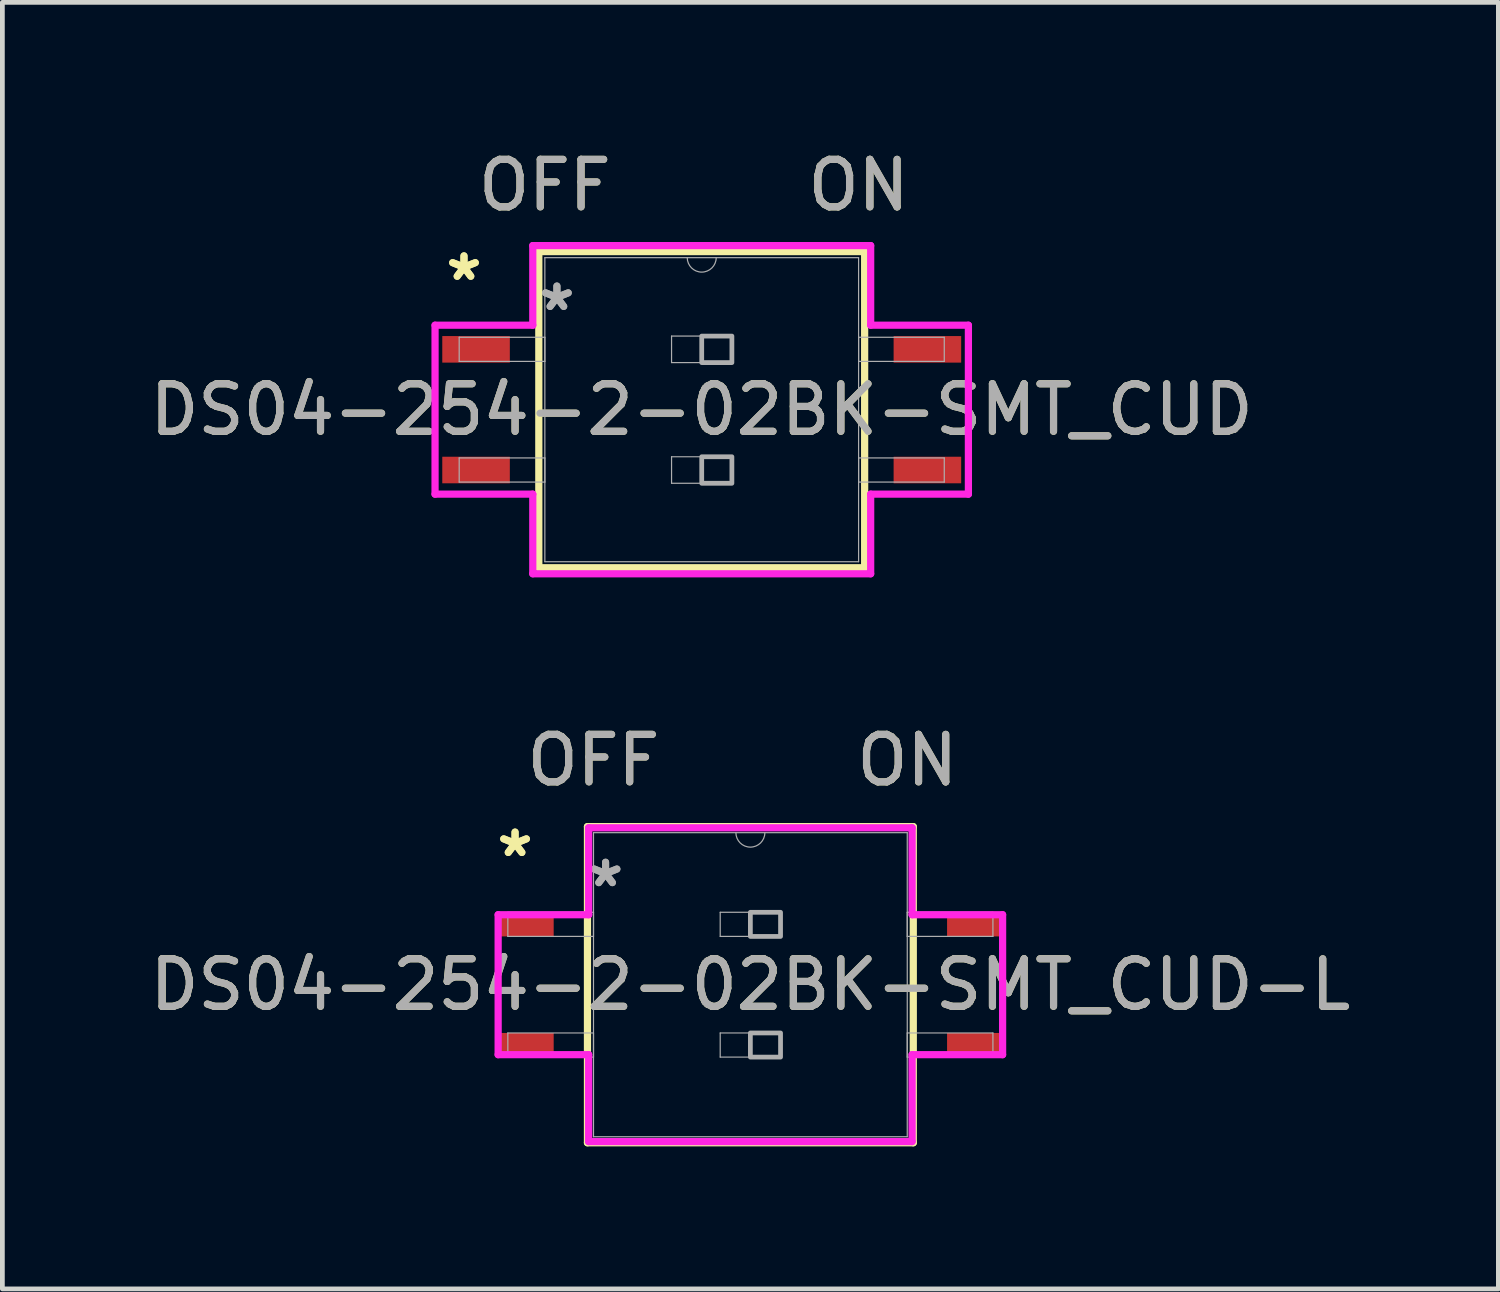
<source format=kicad_pcb>
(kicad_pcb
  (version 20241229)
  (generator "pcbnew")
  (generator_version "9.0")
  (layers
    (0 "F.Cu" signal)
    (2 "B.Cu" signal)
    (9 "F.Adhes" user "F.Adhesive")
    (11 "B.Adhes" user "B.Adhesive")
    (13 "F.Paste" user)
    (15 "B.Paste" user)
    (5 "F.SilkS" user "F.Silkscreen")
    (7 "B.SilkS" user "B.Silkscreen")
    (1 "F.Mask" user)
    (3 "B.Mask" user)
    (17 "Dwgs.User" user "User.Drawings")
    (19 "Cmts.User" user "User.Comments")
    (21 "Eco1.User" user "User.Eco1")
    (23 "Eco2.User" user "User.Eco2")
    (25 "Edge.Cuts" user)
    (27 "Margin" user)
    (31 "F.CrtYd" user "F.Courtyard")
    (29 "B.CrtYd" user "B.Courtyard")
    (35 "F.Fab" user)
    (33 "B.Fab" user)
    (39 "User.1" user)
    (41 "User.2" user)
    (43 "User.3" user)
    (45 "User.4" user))
  (footprint "DS04-254-2-02BK-SMT_CUD"
    (layer "F.Cu")
    (at 11.72 5.573)
    (property "Reference" "DS04-254-2-02BK-SMT_CUD" (at 0 0 0) (unlocked yes) (layer "F.SilkS") (effects (font (size 1 1) (thickness 0.15))))
    (attr smd)
    (fp_line (start -3.429 -3.327) (end -3.429 3.327) (stroke (width 0.152) (type solid)) (layer "F.SilkS"))
    (fp_line (start -3.429 3.327) (end 3.429 3.327) (stroke (width 0.152) (type solid)) (layer "F.SilkS"))
    (fp_line (start 3.429 -3.327) (end -3.429 -3.327) (stroke (width 0.152) (type solid)) (layer "F.SilkS"))
    (fp_line (start 3.429 3.327) (end 3.429 -3.327) (stroke (width 0.152) (type solid)) (layer "F.SilkS"))
    (fp_line (start -5.613 -1.778) (end -3.556 -1.778) (stroke (width 0.152) (type solid)) (layer "F.CrtYd"))
    (fp_line (start -5.613 1.778) (end -5.613 -1.778) (stroke (width 0.152) (type solid)) (layer "F.CrtYd"))
    (fp_line (start -3.556 -3.454) (end 3.556 -3.454) (stroke (width 0.152) (type solid)) (layer "F.CrtYd"))
    (fp_line (start -3.556 -1.778) (end -3.556 -3.454) (stroke (width 0.152) (type solid)) (layer "F.CrtYd"))
    (fp_line (start -3.556 1.778) (end -5.613 1.778) (stroke (width 0.152) (type solid)) (layer "F.CrtYd"))
    (fp_line (start -3.556 3.454) (end -3.556 1.778) (stroke (width 0.152) (type solid)) (layer "F.CrtYd"))
    (fp_line (start 3.556 -3.454) (end 3.556 -1.778) (stroke (width 0.152) (type solid)) (layer "F.CrtYd"))
    (fp_line (start 3.556 -1.778) (end 5.613 -1.778) (stroke (width 0.152) (type solid)) (layer "F.CrtYd"))
    (fp_line (start 3.556 1.778) (end 3.556 3.454) (stroke (width 0.152) (type solid)) (layer "F.CrtYd"))
    (fp_line (start 3.556 3.454) (end -3.556 3.454) (stroke (width 0.152) (type solid)) (layer "F.CrtYd"))
    (fp_line (start 5.613 -1.778) (end 5.613 1.778) (stroke (width 0.152) (type solid)) (layer "F.CrtYd"))
    (fp_line (start 5.613 1.778) (end 3.556 1.778) (stroke (width 0.152) (type solid)) (layer "F.CrtYd"))
    (fp_line (start -5.105 -1.524) (end -5.105 -1.016) (stroke (width 0.025) (type solid)) (layer "F.Fab"))
    (fp_line (start -5.105 -1.016) (end -3.302 -1.016) (stroke (width 0.025) (type solid)) (layer "F.Fab"))
    (fp_line (start -5.105 1.016) (end -5.105 1.524) (stroke (width 0.025) (type solid)) (layer "F.Fab"))
    (fp_line (start -5.105 1.524) (end -3.302 1.524) (stroke (width 0.025) (type solid)) (layer "F.Fab"))
    (fp_line (start -3.302 -3.2) (end -3.302 3.2) (stroke (width 0.025) (type solid)) (layer "F.Fab"))
    (fp_line (start -3.302 -1.524) (end -5.105 -1.524) (stroke (width 0.025) (type solid)) (layer "F.Fab"))
    (fp_line (start -3.302 -1.016) (end -3.302 -1.524) (stroke (width 0.025) (type solid)) (layer "F.Fab"))
    (fp_line (start -3.302 1.016) (end -5.105 1.016) (stroke (width 0.025) (type solid)) (layer "F.Fab"))
    (fp_line (start -3.302 1.524) (end -3.302 1.016) (stroke (width 0.025) (type solid)) (layer "F.Fab"))
    (fp_line (start -3.302 3.2) (end 3.302 3.2) (stroke (width 0.025) (type solid)) (layer "F.Fab"))
    (fp_line (start -0.635 -1.549) (end 0.635 -1.549) (stroke (width 0.025) (type solid)) (layer "F.Fab"))
    (fp_line (start -0.635 -0.991) (end -0.635 -1.549) (stroke (width 0.025) (type solid)) (layer "F.Fab"))
    (fp_line (start -0.635 0.991) (end 0.635 0.991) (stroke (width 0.025) (type solid)) (layer "F.Fab"))
    (fp_line (start -0.635 1.549) (end -0.635 0.991) (stroke (width 0.025) (type solid)) (layer "F.Fab"))
    (fp_line (start 0.635 -1.549) (end 0.635 -0.991) (stroke (width 0.025) (type solid)) (layer "F.Fab"))
    (fp_line (start 0.635 -0.991) (end -0.635 -0.991) (stroke (width 0.025) (type solid)) (layer "F.Fab"))
    (fp_line (start 0.635 0.991) (end 0.635 1.549) (stroke (width 0.025) (type solid)) (layer "F.Fab"))
    (fp_line (start 0.635 1.549) (end -0.635 1.549) (stroke (width 0.025) (type solid)) (layer "F.Fab"))
    (fp_line (start 3.302 -3.2) (end -3.302 -3.2) (stroke (width 0.025) (type solid)) (layer "F.Fab"))
    (fp_line (start 3.302 -1.524) (end 3.302 -1.016) (stroke (width 0.025) (type solid)) (layer "F.Fab"))
    (fp_line (start 3.302 -1.016) (end 5.105 -1.016) (stroke (width 0.025) (type solid)) (layer "F.Fab"))
    (fp_line (start 3.302 1.016) (end 3.302 1.524) (stroke (width 0.025) (type solid)) (layer "F.Fab"))
    (fp_line (start 3.302 1.524) (end 5.105 1.524) (stroke (width 0.025) (type solid)) (layer "F.Fab"))
    (fp_line (start 3.302 3.2) (end 3.302 -3.2) (stroke (width 0.025) (type solid)) (layer "F.Fab"))
    (fp_line (start 5.105 -1.524) (end 3.302 -1.524) (stroke (width 0.025) (type solid)) (layer "F.Fab"))
    (fp_line (start 5.105 -1.016) (end 5.105 -1.524) (stroke (width 0.025) (type solid)) (layer "F.Fab"))
    (fp_line (start 5.105 1.016) (end 3.302 1.016) (stroke (width 0.025) (type solid)) (layer "F.Fab"))
    (fp_line (start 5.105 1.524) (end 5.105 1.016) (stroke (width 0.025) (type solid)) (layer "F.Fab"))
    (fp_arc (start 0.3048 -3.2004) (mid 0 -2.8956) (end -0.3048 -3.2004) (stroke (width 0.0254) (type solid)) (layer "F.Fab"))
    (fp_poly (pts (xy 0 -1.549) (xy 0.635 -1.549) (xy 0.635 -0.991) (xy 0 -0.991)) (stroke (width 0.1) (type solid)) (fill no) (layer "F.Fab"))
    (fp_poly (pts (xy 0 0.991) (xy 0.635 0.991) (xy 0.635 1.549) (xy 0 1.549)) (stroke (width 0.1) (type solid)) (fill no) (layer "F.Fab"))
    (fp_text user "OFF" (at -3.302 -4.724 0) (unlocked yes) (layer "F.SilkS") (effects (font (size 1 1) (thickness 0.15))))
    (fp_text user "*" (at -5.004 -2.692 0) (layer "F.SilkS") (effects (font (size 1 1) (thickness 0.15))))
    (fp_text user "ON" (at 3.302 -4.724 0) (unlocked yes) (layer "F.SilkS") (effects (font (size 1 1) (thickness 0.15))))
    (fp_text user "*" (at -5.004 -2.692 0) (unlocked yes) (layer "F.SilkS") (effects (font (size 1 1) (thickness 0.15))))
    (fp_text user "${REFERENCE}" (at 0 0 0) (unlocked yes) (layer "F.Fab") (effects (font (size 1 1) (thickness 0.15))))
    (fp_text user "ON" (at 3.302 -4.724 0) (unlocked yes) (layer "F.Fab") (effects (font (size 1 1) (thickness 0.15))))
    (fp_text user "*" (at -3.048 -2.057 0) (layer "F.Fab") (effects (font (size 1 1) (thickness 0.15))))
    (fp_text user "OFF" (at -3.302 -4.724 0) (unlocked yes) (layer "F.Fab") (effects (font (size 1 1) (thickness 0.15))))
    (fp_text user "*" (at -3.048 -2.057 0) (unlocked yes) (layer "F.Fab") (effects (font (size 1 1) (thickness 0.15))))
    (pad "1" smd rect (at -4.75 -1.27) (size 1.422 0.559) (layers "F.Cu" "F.Mask" "F.Paste"))
    (pad "2" smd rect (at -4.75 1.27) (size 1.422 0.559) (layers "F.Cu" "F.Mask" "F.Paste"))
    (pad "3" smd rect (at 4.75 1.27) (size 1.422 0.559) (layers "F.Cu" "F.Mask" "F.Paste"))
    (pad "4" smd rect (at 4.75 -1.27) (size 1.422 0.559) (layers "F.Cu" "F.Mask" "F.Paste")))
  (footprint "DS04-254-2-02BK-SMT_CUD-L"
    (layer "F.Cu")
    (at 12.744 17.676)
    (property "Reference" "DS04-254-2-02BK-SMT_CUD-L" (at 0 0 0) (unlocked yes) (layer "F.SilkS") (effects (font (size 1 1) (thickness 0.15))))
    (attr smd)
    (fp_line (start -3.429 -3.327) (end -3.429 3.327) (stroke (width 0.152) (type solid)) (layer "F.SilkS"))
    (fp_line (start -3.429 3.327) (end 3.429 3.327) (stroke (width 0.152) (type solid)) (layer "F.SilkS"))
    (fp_line (start 3.429 -3.327) (end -3.429 -3.327) (stroke (width 0.152) (type solid)) (layer "F.SilkS"))
    (fp_line (start 3.429 3.327) (end 3.429 -3.327) (stroke (width 0.152) (type solid)) (layer "F.SilkS"))
    (fp_line (start -5.309 -1.473) (end -3.404 -1.473) (stroke (width 0.152) (type solid)) (layer "F.CrtYd"))
    (fp_line (start -5.309 1.473) (end -5.309 -1.473) (stroke (width 0.152) (type solid)) (layer "F.CrtYd"))
    (fp_line (start -3.404 -3.302) (end 3.404 -3.302) (stroke (width 0.152) (type solid)) (layer "F.CrtYd"))
    (fp_line (start -3.404 -1.473) (end -3.404 -3.302) (stroke (width 0.152) (type solid)) (layer "F.CrtYd"))
    (fp_line (start -3.404 1.473) (end -5.309 1.473) (stroke (width 0.152) (type solid)) (layer "F.CrtYd"))
    (fp_line (start -3.404 3.302) (end -3.404 1.473) (stroke (width 0.152) (type solid)) (layer "F.CrtYd"))
    (fp_line (start 3.404 -3.302) (end 3.404 -1.473) (stroke (width 0.152) (type solid)) (layer "F.CrtYd"))
    (fp_line (start 3.404 -1.473) (end 5.309 -1.473) (stroke (width 0.152) (type solid)) (layer "F.CrtYd"))
    (fp_line (start 3.404 1.473) (end 3.404 3.302) (stroke (width 0.152) (type solid)) (layer "F.CrtYd"))
    (fp_line (start 3.404 3.302) (end -3.404 3.302) (stroke (width 0.152) (type solid)) (layer "F.CrtYd"))
    (fp_line (start 5.309 -1.473) (end 5.309 1.473) (stroke (width 0.152) (type solid)) (layer "F.CrtYd"))
    (fp_line (start 5.309 1.473) (end 3.404 1.473) (stroke (width 0.152) (type solid)) (layer "F.CrtYd"))
    (fp_line (start -5.105 -1.524) (end -5.105 -1.016) (stroke (width 0.025) (type solid)) (layer "F.Fab"))
    (fp_line (start -5.105 -1.016) (end -3.302 -1.016) (stroke (width 0.025) (type solid)) (layer "F.Fab"))
    (fp_line (start -5.105 1.016) (end -5.105 1.524) (stroke (width 0.025) (type solid)) (layer "F.Fab"))
    (fp_line (start -5.105 1.524) (end -3.302 1.524) (stroke (width 0.025) (type solid)) (layer "F.Fab"))
    (fp_line (start -3.302 -3.2) (end -3.302 3.2) (stroke (width 0.025) (type solid)) (layer "F.Fab"))
    (fp_line (start -3.302 -1.524) (end -5.105 -1.524) (stroke (width 0.025) (type solid)) (layer "F.Fab"))
    (fp_line (start -3.302 -1.016) (end -3.302 -1.524) (stroke (width 0.025) (type solid)) (layer "F.Fab"))
    (fp_line (start -3.302 1.016) (end -5.105 1.016) (stroke (width 0.025) (type solid)) (layer "F.Fab"))
    (fp_line (start -3.302 1.524) (end -3.302 1.016) (stroke (width 0.025) (type solid)) (layer "F.Fab"))
    (fp_line (start -3.302 3.2) (end 3.302 3.2) (stroke (width 0.025) (type solid)) (layer "F.Fab"))
    (fp_line (start -0.635 -1.524) (end 0.635 -1.524) (stroke (width 0.025) (type solid)) (layer "F.Fab"))
    (fp_line (start -0.635 -1.016) (end -0.635 -1.524) (stroke (width 0.025) (type solid)) (layer "F.Fab"))
    (fp_line (start -0.635 1.016) (end 0.635 1.016) (stroke (width 0.025) (type solid)) (layer "F.Fab"))
    (fp_line (start -0.635 1.524) (end -0.635 1.016) (stroke (width 0.025) (type solid)) (layer "F.Fab"))
    (fp_line (start 0.635 -1.524) (end 0.635 -1.016) (stroke (width 0.025) (type solid)) (layer "F.Fab"))
    (fp_line (start 0.635 -1.016) (end -0.635 -1.016) (stroke (width 0.025) (type solid)) (layer "F.Fab"))
    (fp_line (start 0.635 1.016) (end 0.635 1.524) (stroke (width 0.025) (type solid)) (layer "F.Fab"))
    (fp_line (start 0.635 1.524) (end -0.635 1.524) (stroke (width 0.025) (type solid)) (layer "F.Fab"))
    (fp_line (start 3.302 -3.2) (end -3.302 -3.2) (stroke (width 0.025) (type solid)) (layer "F.Fab"))
    (fp_line (start 3.302 -1.524) (end 3.302 -1.016) (stroke (width 0.025) (type solid)) (layer "F.Fab"))
    (fp_line (start 3.302 -1.016) (end 5.105 -1.016) (stroke (width 0.025) (type solid)) (layer "F.Fab"))
    (fp_line (start 3.302 1.016) (end 3.302 1.524) (stroke (width 0.025) (type solid)) (layer "F.Fab"))
    (fp_line (start 3.302 1.524) (end 5.105 1.524) (stroke (width 0.025) (type solid)) (layer "F.Fab"))
    (fp_line (start 3.302 3.2) (end 3.302 -3.2) (stroke (width 0.025) (type solid)) (layer "F.Fab"))
    (fp_line (start 5.105 -1.524) (end 3.302 -1.524) (stroke (width 0.025) (type solid)) (layer "F.Fab"))
    (fp_line (start 5.105 -1.016) (end 5.105 -1.524) (stroke (width 0.025) (type solid)) (layer "F.Fab"))
    (fp_line (start 5.105 1.016) (end 3.302 1.016) (stroke (width 0.025) (type solid)) (layer "F.Fab"))
    (fp_line (start 5.105 1.524) (end 5.105 1.016) (stroke (width 0.025) (type solid)) (layer "F.Fab"))
    (fp_arc (start 0.3048 -3.2004) (mid 0 -2.8956) (end -0.3048 -3.2004) (stroke (width 0.0254) (type solid)) (layer "F.Fab"))
    (fp_poly (pts (xy 0 -1.524) (xy 0.635 -1.524) (xy 0.635 -1.016) (xy 0 -1.016)) (stroke (width 0.1) (type solid)) (fill no) (layer "F.Fab"))
    (fp_poly (pts (xy 0 1.016) (xy 0.635 1.016) (xy 0.635 1.524) (xy 0 1.524)) (stroke (width 0.1) (type solid)) (fill no) (layer "F.Fab"))
    (fp_text user "OFF" (at -3.302 -4.724 0) (unlocked yes) (layer "F.SilkS") (effects (font (size 1 1) (thickness 0.15))))
    (fp_text user "*" (at -4.953 -2.667 0) (layer "F.SilkS") (effects (font (size 1 1) (thickness 0.15))))
    (fp_text user "ON" (at 3.302 -4.724 0) (unlocked yes) (layer "F.SilkS") (effects (font (size 1 1) (thickness 0.15))))
    (fp_text user "*" (at -4.953 -2.667 0) (unlocked yes) (layer "F.SilkS") (effects (font (size 1 1) (thickness 0.15))))
    (fp_text user "OFF" (at -3.302 -4.724 0) (unlocked yes) (layer "F.Fab") (effects (font (size 1 1) (thickness 0.15))))
    (fp_text user "ON" (at 3.302 -4.724 0) (unlocked yes) (layer "F.Fab") (effects (font (size 1 1) (thickness 0.15))))
    (fp_text user "*" (at -3.048 -2.032 0) (unlocked yes) (layer "F.Fab") (effects (font (size 1 1) (thickness 0.15))))
    (fp_text user "${REFERENCE}" (at 0 0 0) (unlocked yes) (layer "F.Fab") (effects (font (size 1 1) (thickness 0.15))))
    (fp_text user "*" (at -3.048 -2.032 0) (layer "F.Fab") (effects (font (size 1 1) (thickness 0.15))))
    (pad "1" smd rect (at -4.699 -1.27) (size 1.118 0.508) (layers "F.Cu" "F.Mask" "F.Paste"))
    (pad "2" smd rect (at -4.699 1.27) (size 1.118 0.508) (layers "F.Cu" "F.Mask" "F.Paste"))
    (pad "3" smd rect (at 4.699 1.27) (size 1.118 0.508) (layers "F.Cu" "F.Mask" "F.Paste"))
    (pad "4" smd rect (at 4.699 -1.27) (size 1.118 0.508) (layers "F.Cu" "F.Mask" "F.Paste")))
  (gr_rect
    (start -3 -3)
    (end 28.488 24.079)
    (stroke (width 0.1) (type default))
    (fill no)
    (layer "Edge.Cuts")))
</source>
